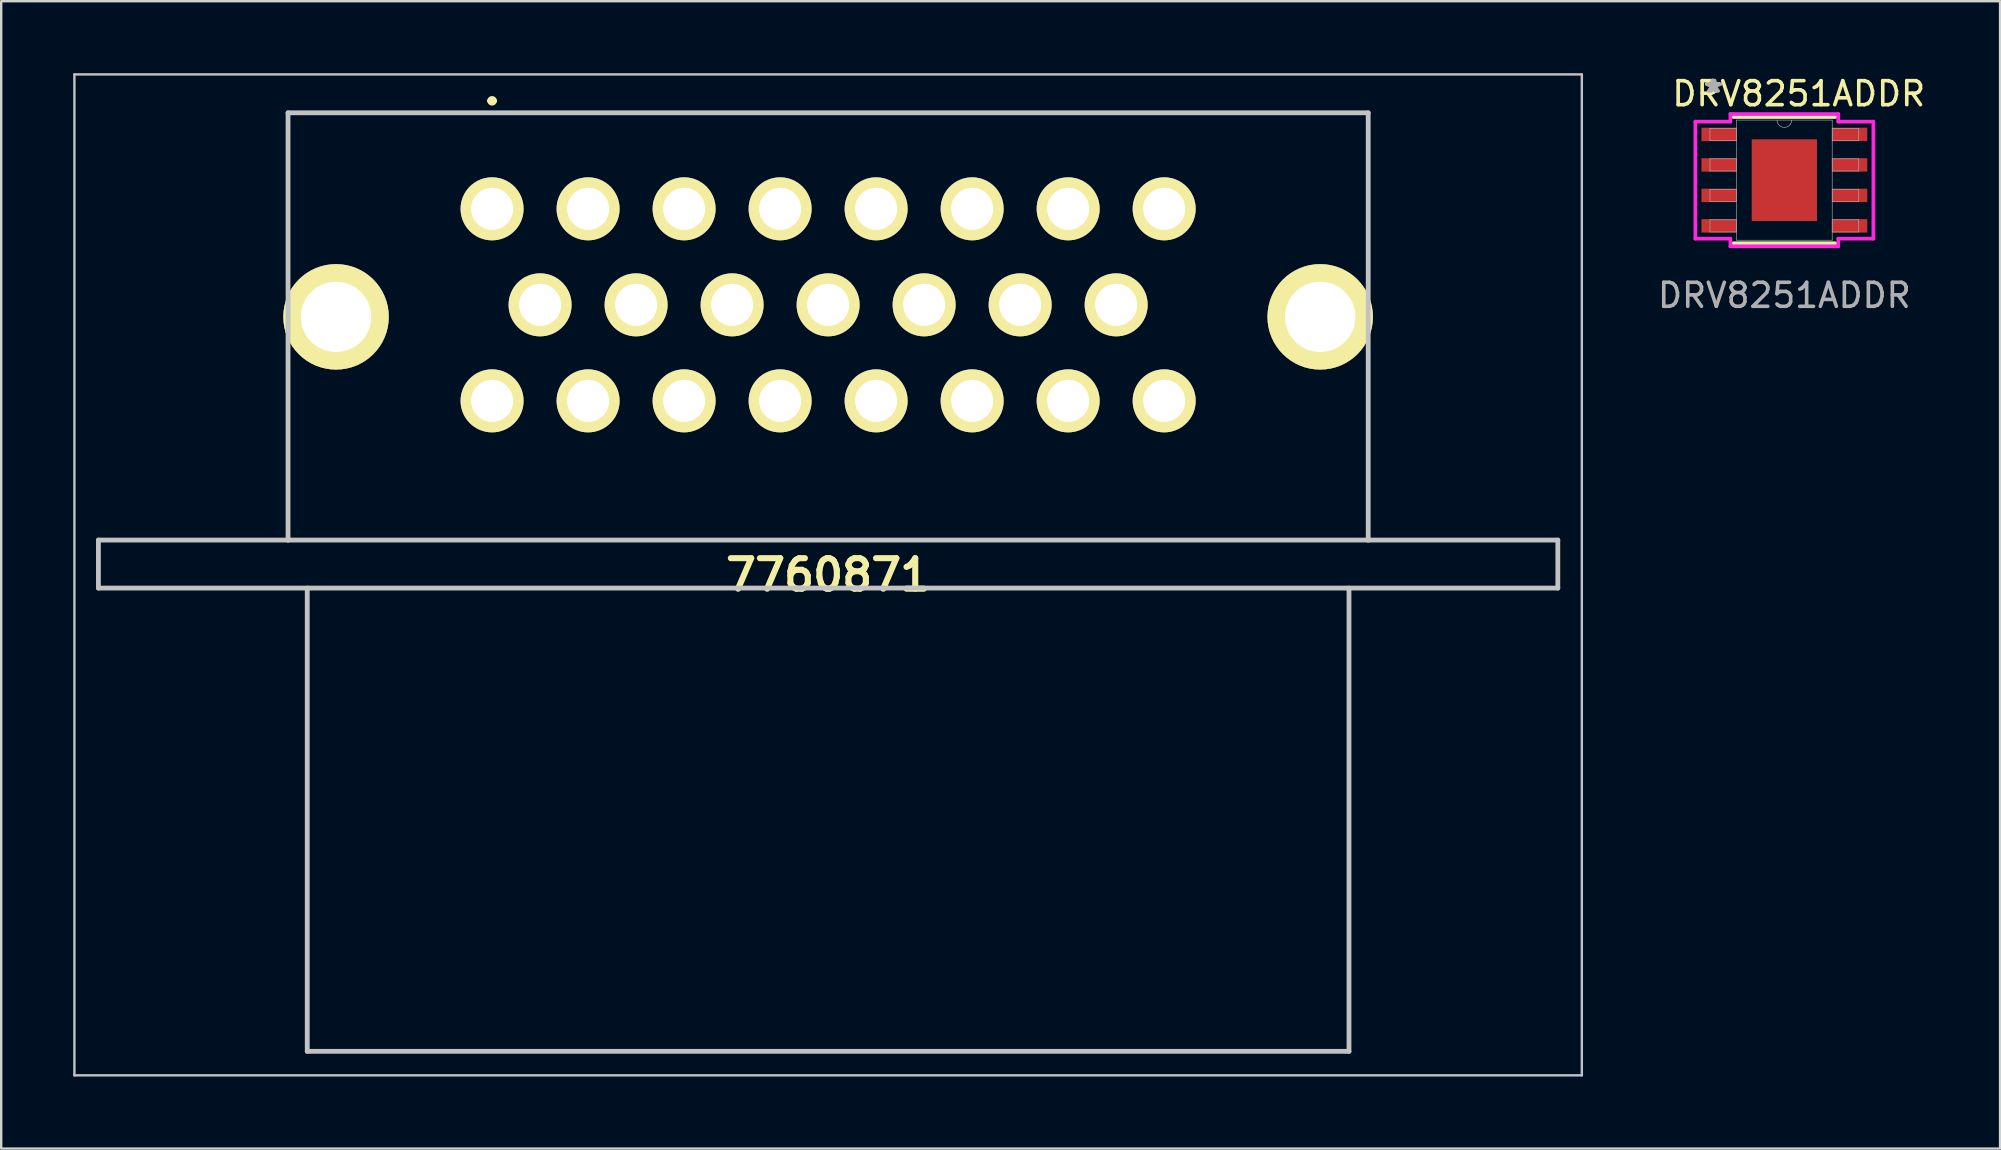
<source format=kicad_pcb>
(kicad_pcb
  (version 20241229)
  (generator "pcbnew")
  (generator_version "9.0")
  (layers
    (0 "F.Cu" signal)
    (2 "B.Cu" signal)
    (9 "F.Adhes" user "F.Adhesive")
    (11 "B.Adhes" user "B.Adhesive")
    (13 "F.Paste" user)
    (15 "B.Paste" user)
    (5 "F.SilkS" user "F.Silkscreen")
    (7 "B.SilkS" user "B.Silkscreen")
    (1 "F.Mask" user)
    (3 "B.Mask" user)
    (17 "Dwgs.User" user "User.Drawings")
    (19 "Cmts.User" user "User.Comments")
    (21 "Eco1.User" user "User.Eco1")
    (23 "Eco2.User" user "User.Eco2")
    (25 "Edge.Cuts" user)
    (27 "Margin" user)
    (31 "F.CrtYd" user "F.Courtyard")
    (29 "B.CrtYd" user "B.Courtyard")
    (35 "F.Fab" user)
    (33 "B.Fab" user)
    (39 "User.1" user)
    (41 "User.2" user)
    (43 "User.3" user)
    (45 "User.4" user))
  (footprint "DRV8251ADDR"
    (layer "F.Cu")
    (at 71.287 4.455)
    (property "Reference" "DRV8251ADDR" (at 0.6 -3.6 0) (unlocked yes) (layer "F.SilkS") (effects (font (size 1 1) (thickness 0.15))))
    (attr smd)
    (fp_line (start -2.121 2.629) (end 2.121 2.629) (stroke (width 0.152) (type solid)) (layer "F.SilkS"))
    (fp_line (start 2.121 -2.629) (end -2.121 -2.629) (stroke (width 0.152) (type solid)) (layer "F.SilkS"))
    (fp_poly (pts (xy -1.259 -1.602) (xy -1.259 -0.1) (xy -0.1 -0.1) (xy -0.1 -1.602)) (stroke (width 0) (type solid)) (fill yes) (layer "F.Paste"))
    (fp_poly (pts (xy -1.259 0.1) (xy -1.259 1.602) (xy -0.1 1.602) (xy -0.1 0.1)) (stroke (width 0) (type solid)) (fill yes) (layer "F.Paste"))
    (fp_poly (pts (xy 0.1 -1.602) (xy 0.1 -0.1) (xy 1.259 -0.1) (xy 1.259 -1.602)) (stroke (width 0) (type solid)) (fill yes) (layer "F.Paste"))
    (fp_poly (pts (xy 0.1 0.1) (xy 0.1 1.602) (xy 1.259 1.602) (xy 1.259 0.1)) (stroke (width 0) (type solid)) (fill yes) (layer "F.Paste"))
    (fp_line (start -3.708 -2.438) (end -2.248 -2.438) (stroke (width 0.152) (type solid)) (layer "F.CrtYd"))
    (fp_line (start -3.708 2.438) (end -3.708 -2.438) (stroke (width 0.152) (type solid)) (layer "F.CrtYd"))
    (fp_line (start -3.708 2.438) (end -2.248 2.438) (stroke (width 0.152) (type solid)) (layer "F.CrtYd"))
    (fp_line (start -2.248 -2.756) (end 2.248 -2.756) (stroke (width 0.152) (type solid)) (layer "F.CrtYd"))
    (fp_line (start -2.248 -2.438) (end -2.248 -2.756) (stroke (width 0.152) (type solid)) (layer "F.CrtYd"))
    (fp_line (start -2.248 2.756) (end -2.248 2.438) (stroke (width 0.152) (type solid)) (layer "F.CrtYd"))
    (fp_line (start 2.248 -2.756) (end 2.248 -2.438) (stroke (width 0.152) (type solid)) (layer "F.CrtYd"))
    (fp_line (start 2.248 2.438) (end 2.248 2.756) (stroke (width 0.152) (type solid)) (layer "F.CrtYd"))
    (fp_line (start 2.248 2.756) (end -2.248 2.756) (stroke (width 0.152) (type solid)) (layer "F.CrtYd"))
    (fp_line (start 3.708 -2.438) (end 2.248 -2.438) (stroke (width 0.152) (type solid)) (layer "F.CrtYd"))
    (fp_line (start 3.708 -2.438) (end 3.708 2.438) (stroke (width 0.152) (type solid)) (layer "F.CrtYd"))
    (fp_line (start 3.708 2.438) (end 2.248 2.438) (stroke (width 0.152) (type solid)) (layer "F.CrtYd"))
    (fp_line (start -3.099 -2.159) (end -3.099 -1.651) (stroke (width 0.025) (type solid)) (layer "F.Fab"))
    (fp_line (start -3.099 -1.651) (end -1.994 -1.651) (stroke (width 0.025) (type solid)) (layer "F.Fab"))
    (fp_line (start -3.099 -0.889) (end -3.099 -0.381) (stroke (width 0.025) (type solid)) (layer "F.Fab"))
    (fp_line (start -3.099 -0.381) (end -1.994 -0.381) (stroke (width 0.025) (type solid)) (layer "F.Fab"))
    (fp_line (start -3.099 0.381) (end -3.099 0.889) (stroke (width 0.025) (type solid)) (layer "F.Fab"))
    (fp_line (start -3.099 0.889) (end -1.994 0.889) (stroke (width 0.025) (type solid)) (layer "F.Fab"))
    (fp_line (start -3.099 1.651) (end -3.099 2.159) (stroke (width 0.025) (type solid)) (layer "F.Fab"))
    (fp_line (start -3.099 2.159) (end -1.994 2.159) (stroke (width 0.025) (type solid)) (layer "F.Fab"))
    (fp_line (start -1.994 -2.502) (end -1.994 2.502) (stroke (width 0.025) (type solid)) (layer "F.Fab"))
    (fp_line (start -1.994 -2.159) (end -3.099 -2.159) (stroke (width 0.025) (type solid)) (layer "F.Fab"))
    (fp_line (start -1.994 -1.651) (end -1.994 -2.159) (stroke (width 0.025) (type solid)) (layer "F.Fab"))
    (fp_line (start -1.994 -0.889) (end -3.099 -0.889) (stroke (width 0.025) (type solid)) (layer "F.Fab"))
    (fp_line (start -1.994 -0.381) (end -1.994 -0.889) (stroke (width 0.025) (type solid)) (layer "F.Fab"))
    (fp_line (start -1.994 0.381) (end -3.099 0.381) (stroke (width 0.025) (type solid)) (layer "F.Fab"))
    (fp_line (start -1.994 0.889) (end -1.994 0.381) (stroke (width 0.025) (type solid)) (layer "F.Fab"))
    (fp_line (start -1.994 1.651) (end -3.099 1.651) (stroke (width 0.025) (type solid)) (layer "F.Fab"))
    (fp_line (start -1.994 2.159) (end -1.994 1.651) (stroke (width 0.025) (type solid)) (layer "F.Fab"))
    (fp_line (start -1.994 2.502) (end 1.994 2.502) (stroke (width 0.025) (type solid)) (layer "F.Fab"))
    (fp_line (start 1.994 -2.502) (end -1.994 -2.502) (stroke (width 0.025) (type solid)) (layer "F.Fab"))
    (fp_line (start 1.994 -2.159) (end 1.994 -1.651) (stroke (width 0.025) (type solid)) (layer "F.Fab"))
    (fp_line (start 1.994 -1.651) (end 3.099 -1.651) (stroke (width 0.025) (type solid)) (layer "F.Fab"))
    (fp_line (start 1.994 -0.889) (end 1.994 -0.381) (stroke (width 0.025) (type solid)) (layer "F.Fab"))
    (fp_line (start 1.994 -0.381) (end 3.099 -0.381) (stroke (width 0.025) (type solid)) (layer "F.Fab"))
    (fp_line (start 1.994 0.381) (end 1.994 0.889) (stroke (width 0.025) (type solid)) (layer "F.Fab"))
    (fp_line (start 1.994 0.889) (end 3.099 0.889) (stroke (width 0.025) (type solid)) (layer "F.Fab"))
    (fp_line (start 1.994 1.651) (end 1.994 2.159) (stroke (width 0.025) (type solid)) (layer "F.Fab"))
    (fp_line (start 1.994 2.159) (end 3.099 2.159) (stroke (width 0.025) (type solid)) (layer "F.Fab"))
    (fp_line (start 1.994 2.502) (end 1.994 -2.502) (stroke (width 0.025) (type solid)) (layer "F.Fab"))
    (fp_line (start 3.099 -2.159) (end 1.994 -2.159) (stroke (width 0.025) (type solid)) (layer "F.Fab"))
    (fp_line (start 3.099 -1.651) (end 3.099 -2.159) (stroke (width 0.025) (type solid)) (layer "F.Fab"))
    (fp_line (start 3.099 -0.889) (end 1.994 -0.889) (stroke (width 0.025) (type solid)) (layer "F.Fab"))
    (fp_line (start 3.099 -0.381) (end 3.099 -0.889) (stroke (width 0.025) (type solid)) (layer "F.Fab"))
    (fp_line (start 3.099 0.381) (end 1.994 0.381) (stroke (width 0.025) (type solid)) (layer "F.Fab"))
    (fp_line (start 3.099 0.889) (end 3.099 0.381) (stroke (width 0.025) (type solid)) (layer "F.Fab"))
    (fp_line (start 3.099 1.651) (end 1.994 1.651) (stroke (width 0.025) (type solid)) (layer "F.Fab"))
    (fp_line (start 3.099 2.159) (end 3.099 1.651) (stroke (width 0.025) (type solid)) (layer "F.Fab"))
    (fp_arc (start 0.3048 -2.5019) (mid 0 -2.1971) (end -0.3048 -2.5019) (stroke (width 0.0254) (type solid)) (layer "F.Fab"))
    (fp_text user "*" (at -2.978 -3.607 0) (unlocked yes) (layer "F.SilkS") (effects (font (size 1 1) (thickness 0.15))))
    (fp_text user "*" (at -2.978 -3.607 0) (layer "F.SilkS") (effects (font (size 1 1) (thickness 0.15))))
    (fp_text user "*" (at -2.9 -3.6 0) (layer "F.Fab") (effects (font (size 1 1) (thickness 0.15))))
    (fp_text user "${REFERENCE}" (at 0 4.8 0) (unlocked yes) (layer "F.Fab") (effects (font (size 1 1) (thickness 0.15))))
    (fp_text user "*" (at -3 -3.6 0) (unlocked yes) (layer "F.Fab") (effects (font (size 1 1) (thickness 0.15))))
    (pad "1" smd rect (at -2.724 -1.905) (size 1.46 0.559) (layers "F.Cu" "F.Mask" "F.Paste"))
    (pad "2" smd rect (at -2.724 -0.635) (size 1.46 0.559) (layers "F.Cu" "F.Mask" "F.Paste"))
    (pad "3" smd rect (at -2.724 0.635) (size 1.46 0.559) (layers "F.Cu" "F.Mask" "F.Paste"))
    (pad "4" smd rect (at -2.724 1.905) (size 1.46 0.559) (layers "F.Cu" "F.Mask" "F.Paste"))
    (pad "5" smd rect (at 2.724 1.905) (size 1.46 0.559) (layers "F.Cu" "F.Mask" "F.Paste"))
    (pad "6" smd rect (at 2.724 0.635) (size 1.46 0.559) (layers "F.Cu" "F.Mask" "F.Paste"))
    (pad "7" smd rect (at 2.724 -0.635) (size 1.46 0.559) (layers "F.Cu" "F.Mask" "F.Paste"))
    (pad "8" smd rect (at 2.724 -1.905) (size 1.46 0.559) (layers "F.Cu" "F.Mask" "F.Paste"))
    (pad "9" smd rect (at 0 0) (size 2.718 3.404) (layers "F.Cu" "F.Mask")))
  (footprint "7760871"
    (layer "F.Cu")
    (at 17.45 5.65)
    (property "Reference" "7760871" (at 14 15.25 0) (layer "F.SilkS") (effects (font (size 1.27 1.27) (thickness 0.254))))
    (attr through_hole)
    (fp_line (start -8.5 -4) (end -8.5 0.5) (stroke (width 0.1) (type solid)) (layer "F.SilkS"))
    (fp_line (start -8.5 8.5) (end -8.5 13.8) (stroke (width 0.1) (type solid)) (layer "F.SilkS"))
    (fp_line (start -8.5 13.8) (end 36.5 13.8) (stroke (width 0.1) (type solid)) (layer "F.SilkS"))
    (fp_line (start -0.1 -4.5) (end -0.1 -4.5) (stroke (width 0.2) (type solid)) (layer "F.SilkS"))
    (fp_line (start 0.1 -4.5) (end 0.1 -4.5) (stroke (width 0.2) (type solid)) (layer "F.SilkS"))
    (fp_line (start 36.5 -4) (end -8.5 -4) (stroke (width 0.1) (type solid)) (layer "F.SilkS"))
    (fp_line (start 36.5 0.5) (end 36.5 -4) (stroke (width 0.1) (type solid)) (layer "F.SilkS"))
    (fp_line (start 36.5 13.8) (end 36.5 8.5) (stroke (width 0.1) (type solid)) (layer "F.SilkS"))
    (fp_arc (start -0.1 -4.5) (mid 0 -4.6) (end 0.1 -4.5) (stroke (width 0.2) (type solid)) (layer "F.SilkS"))
    (fp_arc (start 0.1 -4.5) (mid 0 -4.4) (end -0.1 -4.5) (stroke (width 0.2) (type solid)) (layer "F.SilkS"))
    (fp_line (start -17.4 -5.6) (end 45.4 -5.6) (stroke (width 0.1) (type solid)) (layer "Dwgs.User"))
    (fp_line (start -17.4 36.1) (end -17.4 -5.6) (stroke (width 0.1) (type solid)) (layer "Dwgs.User"))
    (fp_line (start -16.4 13.8) (end -16.4 15.8) (stroke (width 0.2) (type solid)) (layer "Dwgs.User"))
    (fp_line (start -16.4 15.8) (end 44.4 15.8) (stroke (width 0.2) (type solid)) (layer "Dwgs.User"))
    (fp_line (start -8.5 -4) (end 36.5 -4) (stroke (width 0.2) (type solid)) (layer "Dwgs.User"))
    (fp_line (start -8.5 13.8) (end -16.4 13.8) (stroke (width 0.2) (type solid)) (layer "Dwgs.User"))
    (fp_line (start -8.5 13.8) (end -8.5 -4) (stroke (width 0.2) (type solid)) (layer "Dwgs.User"))
    (fp_line (start -7.7 15.8) (end -7.7 35.1) (stroke (width 0.2) (type solid)) (layer "Dwgs.User"))
    (fp_line (start -7.7 35.1) (end 35.7 35.1) (stroke (width 0.2) (type solid)) (layer "Dwgs.User"))
    (fp_line (start 35.7 35.1) (end 35.7 15.8) (stroke (width 0.2) (type solid)) (layer "Dwgs.User"))
    (fp_line (start 36.5 -4) (end 36.5 13.8) (stroke (width 0.2) (type solid)) (layer "Dwgs.User"))
    (fp_line (start 36.5 13.8) (end -8.5 13.8) (stroke (width 0.2) (type solid)) (layer "Dwgs.User"))
    (fp_line (start 44.4 13.8) (end 36.5 13.8) (stroke (width 0.2) (type solid)) (layer "Dwgs.User"))
    (fp_line (start 44.4 15.8) (end 44.4 13.8) (stroke (width 0.2) (type solid)) (layer "Dwgs.User"))
    (fp_line (start 45.4 -5.6) (end 45.4 36.1) (stroke (width 0.1) (type solid)) (layer "Dwgs.User"))
    (fp_line (start 45.4 36.1) (end -17.4 36.1) (stroke (width 0.1) (type solid)) (layer "Dwgs.User"))
    (pad "1" thru_hole circle (at 0 0 90) (size 2.625 2.625) (drill 1.75) (layers "*.Cu" "*.Mask" "F.SilkS"))
    (pad "2" thru_hole circle (at 4 0 90) (size 2.625 2.625) (drill 1.75) (layers "*.Cu" "*.Mask" "F.SilkS"))
    (pad "3" thru_hole circle (at 8 0 90) (size 2.625 2.625) (drill 1.75) (layers "*.Cu" "*.Mask" "F.SilkS"))
    (pad "4" thru_hole circle (at 12 0 90) (size 2.625 2.625) (drill 1.75) (layers "*.Cu" "*.Mask" "F.SilkS"))
    (pad "5" thru_hole circle (at 16 0 90) (size 2.625 2.625) (drill 1.75) (layers "*.Cu" "*.Mask" "F.SilkS"))
    (pad "6" thru_hole circle (at 20 0 90) (size 2.625 2.625) (drill 1.75) (layers "*.Cu" "*.Mask" "F.SilkS"))
    (pad "7" thru_hole circle (at 24 0 90) (size 2.625 2.625) (drill 1.75) (layers "*.Cu" "*.Mask" "F.SilkS"))
    (pad "8" thru_hole circle (at 28 0 90) (size 2.625 2.625) (drill 1.75) (layers "*.Cu" "*.Mask" "F.SilkS"))
    (pad "9" thru_hole circle (at 2 4 90) (size 2.625 2.625) (drill 1.75) (layers "*.Cu" "*.Mask" "F.SilkS"))
    (pad "10" thru_hole circle (at 6 4 90) (size 2.625 2.625) (drill 1.75) (layers "*.Cu" "*.Mask" "F.SilkS"))
    (pad "11" thru_hole circle (at 10 4 90) (size 2.625 2.625) (drill 1.75) (layers "*.Cu" "*.Mask" "F.SilkS"))
    (pad "12" thru_hole circle (at 14 4 90) (size 2.625 2.625) (drill 1.75) (layers "*.Cu" "*.Mask" "F.SilkS"))
    (pad "13" thru_hole circle (at 18 4 90) (size 2.625 2.625) (drill 1.75) (layers "*.Cu" "*.Mask" "F.SilkS"))
    (pad "14" thru_hole circle (at 22 4 90) (size 2.625 2.625) (drill 1.75) (layers "*.Cu" "*.Mask" "F.SilkS"))
    (pad "15" thru_hole circle (at 26 4 90) (size 2.625 2.625) (drill 1.75) (layers "*.Cu" "*.Mask" "F.SilkS"))
    (pad "16" thru_hole circle (at 0 8 90) (size 2.625 2.625) (drill 1.75) (layers "*.Cu" "*.Mask" "F.SilkS"))
    (pad "17" thru_hole circle (at 4 8 90) (size 2.625 2.625) (drill 1.75) (layers "*.Cu" "*.Mask" "F.SilkS"))
    (pad "18" thru_hole circle (at 8 8 90) (size 2.625 2.625) (drill 1.75) (layers "*.Cu" "*.Mask" "F.SilkS"))
    (pad "19" thru_hole circle (at 12 8 90) (size 2.625 2.625) (drill 1.75) (layers "*.Cu" "*.Mask" "F.SilkS"))
    (pad "20" thru_hole circle (at 16 8 90) (size 2.625 2.625) (drill 1.75) (layers "*.Cu" "*.Mask" "F.SilkS"))
    (pad "21" thru_hole circle (at 20 8 90) (size 2.625 2.625) (drill 1.75) (layers "*.Cu" "*.Mask" "F.SilkS"))
    (pad "22" thru_hole circle (at 24 8 90) (size 2.625 2.625) (drill 1.75) (layers "*.Cu" "*.Mask" "F.SilkS"))
    (pad "23" thru_hole circle (at 28 8 90) (size 2.625 2.625) (drill 1.75) (layers "*.Cu" "*.Mask" "F.SilkS"))
    (pad "MH1" thru_hole circle (at -6.5 4.5 90) (size 4.395 4.395) (drill 2.93) (layers "*.Cu" "*.Mask" "F.SilkS"))
    (pad "MH2" thru_hole circle (at 34.5 4.5 90) (size 4.395 4.395) (drill 2.93) (layers "*.Cu" "*.Mask" "F.SilkS")))
  (gr_rect
    (start -3 -3)
    (end 80.274 44.8)
    (stroke (width 0.1) (type default))
    (fill no)
    (layer "Edge.Cuts")))
</source>
